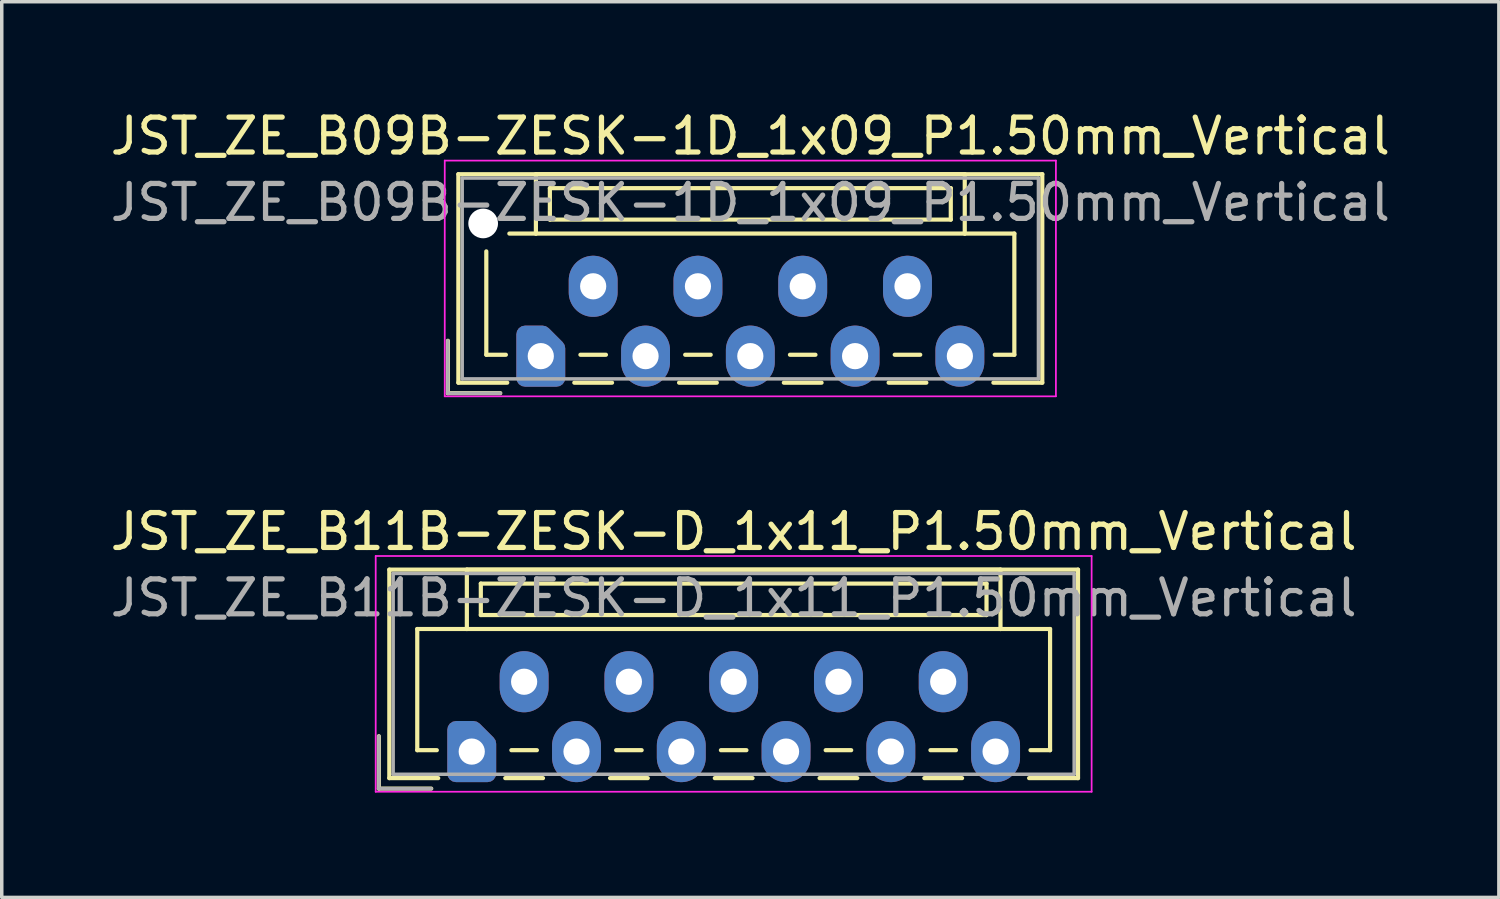
<source format=kicad_pcb>
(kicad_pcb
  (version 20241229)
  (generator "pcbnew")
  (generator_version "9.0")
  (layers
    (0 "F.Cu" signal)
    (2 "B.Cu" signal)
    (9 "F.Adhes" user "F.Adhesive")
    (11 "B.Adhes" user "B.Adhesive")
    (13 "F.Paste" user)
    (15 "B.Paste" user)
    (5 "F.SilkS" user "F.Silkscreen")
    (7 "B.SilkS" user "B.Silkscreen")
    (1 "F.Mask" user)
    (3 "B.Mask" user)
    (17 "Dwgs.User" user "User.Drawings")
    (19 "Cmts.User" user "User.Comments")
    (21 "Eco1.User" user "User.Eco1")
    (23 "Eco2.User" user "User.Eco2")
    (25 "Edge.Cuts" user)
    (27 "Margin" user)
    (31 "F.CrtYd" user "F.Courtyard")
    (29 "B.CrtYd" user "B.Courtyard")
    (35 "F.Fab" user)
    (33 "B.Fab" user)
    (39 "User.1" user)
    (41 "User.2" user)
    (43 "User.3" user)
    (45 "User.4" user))
  (footprint "JST_ZE_B11B-ZESK-D_1x11_P1.50mm_Vertical"
    (layer "F.Cu")
    (at 10.458 18.471)
    (property "Reference" "JST_ZE_B11B-ZESK-D_1x11_P1.50mm_Vertical" (at 7.5 -6.3 0) (layer "F.SilkS") (effects (font (size 1 1) (thickness 0.15))))
    (attr through_hole)
    (fp_line (start -2.66 -0.44) (end -2.66 1.06) (stroke (width 0.12) (type solid)) (layer "F.SilkS"))
    (fp_line (start -2.66 1.06) (end -1.16 1.06) (stroke (width 0.12) (type solid)) (layer "F.SilkS"))
    (fp_line (start -2.36 -5.21) (end 17.36 -5.21) (stroke (width 0.12) (type solid)) (layer "F.SilkS"))
    (fp_line (start -2.36 0.76) (end -2.36 -5.21) (stroke (width 0.12) (type solid)) (layer "F.SilkS"))
    (fp_line (start -1.56 -3.51) (end -1.56 -0.04) (stroke (width 0.12) (type solid)) (layer "F.SilkS"))
    (fp_line (start -1.56 -0.04) (end -1 -0.04) (stroke (width 0.12) (type solid)) (layer "F.SilkS"))
    (fp_line (start -0.96 0.76) (end -2.36 0.76) (stroke (width 0.12) (type solid)) (layer "F.SilkS"))
    (fp_line (start -0.14 -5.21) (end -0.14 -3.51) (stroke (width 0.12) (type solid)) (layer "F.SilkS"))
    (fp_line (start -0.14 -3.51) (end -1.56 -3.51) (stroke (width 0.12) (type solid)) (layer "F.SilkS"))
    (fp_line (start -0.14 -3.51) (end 15.14 -3.51) (stroke (width 0.12) (type solid)) (layer "F.SilkS"))
    (fp_line (start 0.26 -4.81) (end 0.26 -3.91) (stroke (width 0.12) (type solid)) (layer "F.SilkS"))
    (fp_line (start 0.26 -3.91) (end 14.74 -3.91) (stroke (width 0.12) (type solid)) (layer "F.SilkS"))
    (fp_line (start 0.96 0.76) (end 2.04 0.76) (stroke (width 0.12) (type solid)) (layer "F.SilkS"))
    (fp_line (start 1.135 -0.04) (end 1.865 -0.04) (stroke (width 0.12) (type solid)) (layer "F.SilkS"))
    (fp_line (start 3.96 0.76) (end 5.04 0.76) (stroke (width 0.12) (type solid)) (layer "F.SilkS"))
    (fp_line (start 4.135 -0.04) (end 4.865 -0.04) (stroke (width 0.12) (type solid)) (layer "F.SilkS"))
    (fp_line (start 6.96 0.76) (end 8.04 0.76) (stroke (width 0.12) (type solid)) (layer "F.SilkS"))
    (fp_line (start 7.135 -0.04) (end 7.865 -0.04) (stroke (width 0.12) (type solid)) (layer "F.SilkS"))
    (fp_line (start 9.96 0.76) (end 11.04 0.76) (stroke (width 0.12) (type solid)) (layer "F.SilkS"))
    (fp_line (start 10.135 -0.04) (end 10.865 -0.04) (stroke (width 0.12) (type solid)) (layer "F.SilkS"))
    (fp_line (start 12.96 0.76) (end 14.04 0.76) (stroke (width 0.12) (type solid)) (layer "F.SilkS"))
    (fp_line (start 13.135 -0.04) (end 13.865 -0.04) (stroke (width 0.12) (type solid)) (layer "F.SilkS"))
    (fp_line (start 14.74 -4.81) (end 0.26 -4.81) (stroke (width 0.12) (type solid)) (layer "F.SilkS"))
    (fp_line (start 14.74 -3.91) (end 14.74 -4.81) (stroke (width 0.12) (type solid)) (layer "F.SilkS"))
    (fp_line (start 15.14 -5.21) (end -0.14 -5.21) (stroke (width 0.12) (type solid)) (layer "F.SilkS"))
    (fp_line (start 15.14 -3.51) (end 15.14 -5.21) (stroke (width 0.12) (type solid)) (layer "F.SilkS"))
    (fp_line (start 15.14 -3.51) (end 16.56 -3.51) (stroke (width 0.12) (type solid)) (layer "F.SilkS"))
    (fp_line (start 16.56 -3.51) (end 16.56 -0.04) (stroke (width 0.12) (type solid)) (layer "F.SilkS"))
    (fp_line (start 16.56 -0.04) (end 16 -0.04) (stroke (width 0.12) (type solid)) (layer "F.SilkS"))
    (fp_line (start 17.36 -5.21) (end 17.36 0.76) (stroke (width 0.12) (type solid)) (layer "F.SilkS"))
    (fp_line (start 17.36 0.76) (end 15.96 0.76) (stroke (width 0.12) (type solid)) (layer "F.SilkS"))
    (fp_line (start -2.75 -5.6) (end -2.75 1.15) (stroke (width 0.05) (type solid)) (layer "F.CrtYd"))
    (fp_line (start -2.75 1.15) (end 17.75 1.15) (stroke (width 0.05) (type solid)) (layer "F.CrtYd"))
    (fp_line (start 17.75 -5.6) (end -2.75 -5.6) (stroke (width 0.05) (type solid)) (layer "F.CrtYd"))
    (fp_line (start 17.75 1.15) (end 17.75 -5.6) (stroke (width 0.05) (type solid)) (layer "F.CrtYd"))
    (fp_line (start -2.66 -0.44) (end -2.66 1.06) (stroke (width 0.1) (type solid)) (layer "F.Fab"))
    (fp_line (start -2.66 1.06) (end -1.16 1.06) (stroke (width 0.1) (type solid)) (layer "F.Fab"))
    (fp_line (start -2.25 -5.1) (end -2.25 0.65) (stroke (width 0.1) (type solid)) (layer "F.Fab"))
    (fp_line (start -2.25 0.65) (end 17.25 0.65) (stroke (width 0.1) (type solid)) (layer "F.Fab"))
    (fp_line (start 17.25 -5.1) (end -2.25 -5.1) (stroke (width 0.1) (type solid)) (layer "F.Fab"))
    (fp_line (start 17.25 0.65) (end 17.25 -5.1) (stroke (width 0.1) (type solid)) (layer "F.Fab"))
    (fp_text user "${REFERENCE}" (at 7.5 -4.4 0) (layer "F.Fab") (effects (font (size 1 1) (thickness 0.15))))
    (pad "1" thru_hole custom (at 0 0) (size 1.117 1.117) (drill 0.75) (layers "*.Cu" "*.Mask") (options (anchor circle)) (primitives (gr_poly (pts (xy 0.45 -0.225) (xy 0.45 0.625) (xy -0.45 0.625) (xy -0.45 -0.625) (xy 0.05 -0.625)) (width 0.5) (fill yes))))
    (pad "2" thru_hole oval (at 1.5 -2) (size 1.4 1.75) (drill 0.75) (layers "*.Cu" "*.Mask"))
    (pad "3" thru_hole oval (at 3 0) (size 1.4 1.75) (drill 0.75) (layers "*.Cu" "*.Mask"))
    (pad "4" thru_hole oval (at 4.5 -2) (size 1.4 1.75) (drill 0.75) (layers "*.Cu" "*.Mask"))
    (pad "5" thru_hole oval (at 6 0) (size 1.4 1.75) (drill 0.75) (layers "*.Cu" "*.Mask"))
    (pad "6" thru_hole oval (at 7.5 -2) (size 1.4 1.75) (drill 0.75) (layers "*.Cu" "*.Mask"))
    (pad "7" thru_hole oval (at 9 0) (size 1.4 1.75) (drill 0.75) (layers "*.Cu" "*.Mask"))
    (pad "8" thru_hole oval (at 10.5 -2) (size 1.4 1.75) (drill 0.75) (layers "*.Cu" "*.Mask"))
    (pad "9" thru_hole oval (at 12 0) (size 1.4 1.75) (drill 0.75) (layers "*.Cu" "*.Mask"))
    (pad "10" thru_hole oval (at 13.5 -2) (size 1.4 1.75) (drill 0.75) (layers "*.Cu" "*.Mask"))
    (pad "11" thru_hole oval (at 15 0) (size 1.4 1.75) (drill 0.75) (layers "*.Cu" "*.Mask")))
  (footprint "JST_ZE_B09B-ZESK-1D_1x09_P1.50mm_Vertical"
    (layer "F.Cu")
    (at 12.435 7.148)
    (property "Reference" "JST_ZE_B09B-ZESK-1D_1x09_P1.50mm_Vertical" (at 6 -6.3 0) (layer "F.SilkS") (effects (font (size 1 1) (thickness 0.15))))
    (attr through_hole)
    (fp_line (start -2.66 -0.44) (end -2.66 1.06) (stroke (width 0.12) (type solid)) (layer "F.SilkS"))
    (fp_line (start -2.66 1.06) (end -1.16 1.06) (stroke (width 0.12) (type solid)) (layer "F.SilkS"))
    (fp_line (start -2.36 -5.21) (end 14.36 -5.21) (stroke (width 0.12) (type solid)) (layer "F.SilkS"))
    (fp_line (start -2.36 0.76) (end -2.36 -5.21) (stroke (width 0.12) (type solid)) (layer "F.SilkS"))
    (fp_line (start -1.56 -3) (end -1.56 -0.04) (stroke (width 0.12) (type solid)) (layer "F.SilkS"))
    (fp_line (start -1.56 -0.04) (end -1 -0.04) (stroke (width 0.12) (type solid)) (layer "F.SilkS"))
    (fp_line (start -0.96 0.76) (end -2.36 0.76) (stroke (width 0.12) (type solid)) (layer "F.SilkS"))
    (fp_line (start -0.14 -5.21) (end -0.14 -3.51) (stroke (width 0.12) (type solid)) (layer "F.SilkS"))
    (fp_line (start -0.14 -3.51) (end -0.9 -3.51) (stroke (width 0.12) (type solid)) (layer "F.SilkS"))
    (fp_line (start -0.14 -3.51) (end 12.14 -3.51) (stroke (width 0.12) (type solid)) (layer "F.SilkS"))
    (fp_line (start 0.26 -4.81) (end 0.26 -3.91) (stroke (width 0.12) (type solid)) (layer "F.SilkS"))
    (fp_line (start 0.26 -3.91) (end 11.74 -3.91) (stroke (width 0.12) (type solid)) (layer "F.SilkS"))
    (fp_line (start 0.96 0.76) (end 2.04 0.76) (stroke (width 0.12) (type solid)) (layer "F.SilkS"))
    (fp_line (start 1.135 -0.04) (end 1.865 -0.04) (stroke (width 0.12) (type solid)) (layer "F.SilkS"))
    (fp_line (start 3.96 0.76) (end 5.04 0.76) (stroke (width 0.12) (type solid)) (layer "F.SilkS"))
    (fp_line (start 4.135 -0.04) (end 4.865 -0.04) (stroke (width 0.12) (type solid)) (layer "F.SilkS"))
    (fp_line (start 6.96 0.76) (end 8.04 0.76) (stroke (width 0.12) (type solid)) (layer "F.SilkS"))
    (fp_line (start 7.135 -0.04) (end 7.865 -0.04) (stroke (width 0.12) (type solid)) (layer "F.SilkS"))
    (fp_line (start 9.96 0.76) (end 11.04 0.76) (stroke (width 0.12) (type solid)) (layer "F.SilkS"))
    (fp_line (start 10.135 -0.04) (end 10.865 -0.04) (stroke (width 0.12) (type solid)) (layer "F.SilkS"))
    (fp_line (start 11.74 -4.81) (end 0.26 -4.81) (stroke (width 0.12) (type solid)) (layer "F.SilkS"))
    (fp_line (start 11.74 -3.91) (end 11.74 -4.81) (stroke (width 0.12) (type solid)) (layer "F.SilkS"))
    (fp_line (start 12.14 -5.21) (end -0.14 -5.21) (stroke (width 0.12) (type solid)) (layer "F.SilkS"))
    (fp_line (start 12.14 -3.51) (end 12.14 -5.21) (stroke (width 0.12) (type solid)) (layer "F.SilkS"))
    (fp_line (start 12.14 -3.51) (end 13.56 -3.51) (stroke (width 0.12) (type solid)) (layer "F.SilkS"))
    (fp_line (start 13.56 -3.51) (end 13.56 -0.04) (stroke (width 0.12) (type solid)) (layer "F.SilkS"))
    (fp_line (start 13.56 -0.04) (end 13 -0.04) (stroke (width 0.12) (type solid)) (layer "F.SilkS"))
    (fp_line (start 14.36 -5.21) (end 14.36 0.76) (stroke (width 0.12) (type solid)) (layer "F.SilkS"))
    (fp_line (start 14.36 0.76) (end 12.96 0.76) (stroke (width 0.12) (type solid)) (layer "F.SilkS"))
    (fp_line (start -2.75 -5.6) (end -2.75 1.15) (stroke (width 0.05) (type solid)) (layer "F.CrtYd"))
    (fp_line (start -2.75 1.15) (end 14.75 1.15) (stroke (width 0.05) (type solid)) (layer "F.CrtYd"))
    (fp_line (start 14.75 -5.6) (end -2.75 -5.6) (stroke (width 0.05) (type solid)) (layer "F.CrtYd"))
    (fp_line (start 14.75 1.15) (end 14.75 -5.6) (stroke (width 0.05) (type solid)) (layer "F.CrtYd"))
    (fp_line (start -2.66 -0.44) (end -2.66 1.06) (stroke (width 0.1) (type solid)) (layer "F.Fab"))
    (fp_line (start -2.66 1.06) (end -1.16 1.06) (stroke (width 0.1) (type solid)) (layer "F.Fab"))
    (fp_line (start -2.25 -5.1) (end -2.25 0.65) (stroke (width 0.1) (type solid)) (layer "F.Fab"))
    (fp_line (start -2.25 0.65) (end 14.25 0.65) (stroke (width 0.1) (type solid)) (layer "F.Fab"))
    (fp_line (start 14.25 -5.1) (end -2.25 -5.1) (stroke (width 0.1) (type solid)) (layer "F.Fab"))
    (fp_line (start 14.25 0.65) (end 14.25 -5.1) (stroke (width 0.1) (type solid)) (layer "F.Fab"))
    (fp_text user "${REFERENCE}" (at 6 -4.4 0) (layer "F.Fab") (effects (font (size 1 1) (thickness 0.15))))
    (pad "" np_thru_hole circle (at -1.65 -3.8) (size 0.85 0.85) (drill 0.85) (layers "*.Cu" "*.Mask"))
    (pad "1" thru_hole custom (at 0 0) (size 1.117 1.117) (drill 0.75) (layers "*.Cu" "*.Mask") (options (anchor circle)) (primitives (gr_poly (pts (xy 0.45 -0.225) (xy 0.45 0.625) (xy -0.45 0.625) (xy -0.45 -0.625) (xy 0.05 -0.625)) (width 0.5) (fill yes))))
    (pad "2" thru_hole oval (at 1.5 -2) (size 1.4 1.75) (drill 0.75) (layers "*.Cu" "*.Mask"))
    (pad "3" thru_hole oval (at 3 0) (size 1.4 1.75) (drill 0.75) (layers "*.Cu" "*.Mask"))
    (pad "4" thru_hole oval (at 4.5 -2) (size 1.4 1.75) (drill 0.75) (layers "*.Cu" "*.Mask"))
    (pad "5" thru_hole oval (at 6 0) (size 1.4 1.75) (drill 0.75) (layers "*.Cu" "*.Mask"))
    (pad "6" thru_hole oval (at 7.5 -2) (size 1.4 1.75) (drill 0.75) (layers "*.Cu" "*.Mask"))
    (pad "7" thru_hole oval (at 9 0) (size 1.4 1.75) (drill 0.75) (layers "*.Cu" "*.Mask"))
    (pad "8" thru_hole oval (at 10.5 -2) (size 1.4 1.75) (drill 0.75) (layers "*.Cu" "*.Mask"))
    (pad "9" thru_hole oval (at 12 0) (size 1.4 1.75) (drill 0.75) (layers "*.Cu" "*.Mask")))
  (gr_rect
    (start -3 -3)
    (end 39.869 22.646)
    (stroke (width 0.1) (type default))
    (fill no)
    (layer "Edge.Cuts")))
</source>
